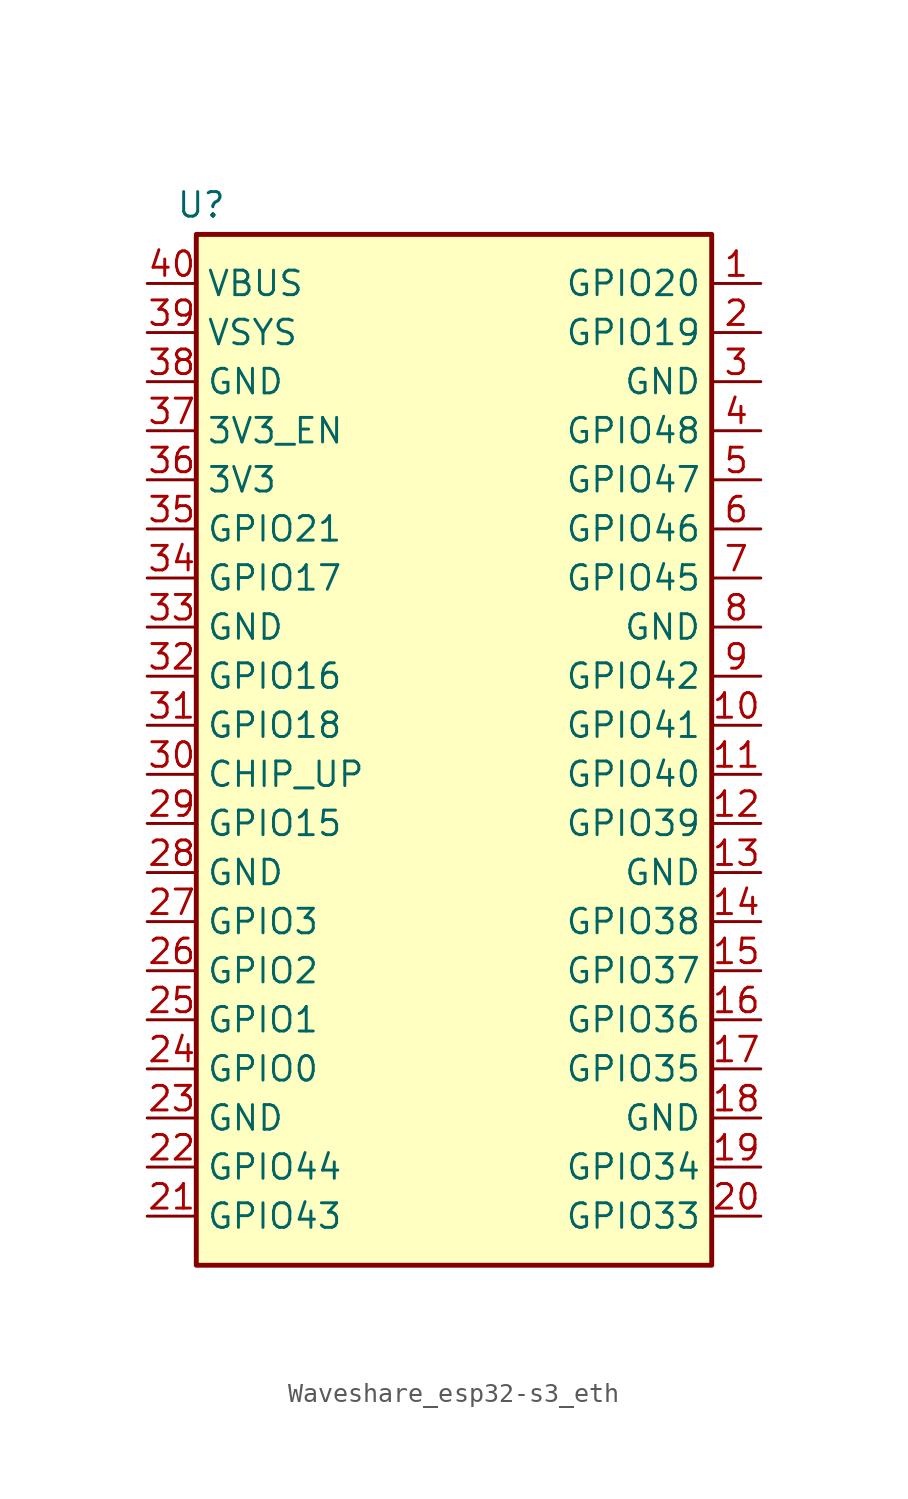
<source format=kicad_sym>
(kicad_symbol_lib
  (version 20231120)
  (generator "kicad_symbol_editor")
  (generator_version "8.0")
  (symbol "Waveshare_esp32-s3_eth"
    (property "Reference" "U"
      (at -12.446 1.524 0)
      (effects (font (size 1.27 1.27))))
    (property "Value" ""
      (at 0 0 0)
      (effects (font (size 1.27 1.27))))
    (symbol "Waveshare_esp32-s3_eth_0_1"
      (rectangle (start -12.7 0) (end 13.97 -53.34) (stroke (width 0.254) (type default)) (fill (type background))))
    (symbol "Waveshare_esp32-s3_eth_1_1"
      (pin bidirectional line (at 16.51 -2.54 180) (length 2.54) (name "GPIO20" (effects (font (size 1.27 1.27)))) (number "1" (effects (font (size 1.27 1.27)))))
      (pin bidirectional line (at 16.51 -25.4 180) (length 2.54) (name "GPIO41" (effects (font (size 1.27 1.27)))) (number "10" (effects (font (size 1.27 1.27)))))
      (pin bidirectional line (at 16.51 -27.94 180) (length 2.54) (name "GPIO40" (effects (font (size 1.27 1.27)))) (number "11" (effects (font (size 1.27 1.27)))))
      (pin bidirectional line (at 16.51 -30.48 180) (length 2.54) (name "GPIO39" (effects (font (size 1.27 1.27)))) (number "12" (effects (font (size 1.27 1.27)))))
      (pin power_out line (at 16.51 -33.02 180) (length 2.54) (name "GND" (effects (font (size 1.27 1.27)))) (number "13" (effects (font (size 1.27 1.27)))))
      (pin bidirectional line (at 16.51 -35.56 180) (length 2.54) (name "GPIO38" (effects (font (size 1.27 1.27)))) (number "14" (effects (font (size 1.27 1.27)))))
      (pin bidirectional line (at 16.51 -38.1 180) (length 2.54) (name "GPIO37" (effects (font (size 1.27 1.27)))) (number "15" (effects (font (size 1.27 1.27)))))
      (pin bidirectional line (at 16.51 -40.64 180) (length 2.54) (name "GPIO36" (effects (font (size 1.27 1.27)))) (number "16" (effects (font (size 1.27 1.27)))))
      (pin bidirectional line (at 16.51 -43.18 180) (length 2.54) (name "GPIO35" (effects (font (size 1.27 1.27)))) (number "17" (effects (font (size 1.27 1.27)))))
      (pin power_out line (at 16.51 -45.72 180) (length 2.54) (name "GND" (effects (font (size 1.27 1.27)))) (number "18" (effects (font (size 1.27 1.27)))))
      (pin bidirectional line (at 16.51 -48.26 180) (length 2.54) (name "GPIO34" (effects (font (size 1.27 1.27)))) (number "19" (effects (font (size 1.27 1.27)))))
      (pin bidirectional line (at 16.51 -5.08 180) (length 2.54) (name "GPIO19" (effects (font (size 1.27 1.27)))) (number "2" (effects (font (size 1.27 1.27)))))
      (pin bidirectional line (at 16.51 -50.8 180) (length 2.54) (name "GPIO33" (effects (font (size 1.27 1.27)))) (number "20" (effects (font (size 1.27 1.27)))))
      (pin bidirectional line (at -15.24 -50.8 0) (length 2.54) (name "GPIO43" (effects (font (size 1.27 1.27)))) (number "21" (effects (font (size 1.27 1.27)))))
      (pin bidirectional line (at -15.24 -48.26 0) (length 2.54) (name "GPIO44" (effects (font (size 1.27 1.27)))) (number "22" (effects (font (size 1.27 1.27)))))
      (pin power_out line (at -15.24 -45.72 0) (length 2.54) (name "GND" (effects (font (size 1.27 1.27)))) (number "23" (effects (font (size 1.27 1.27)))))
      (pin bidirectional line (at -15.24 -43.18 0) (length 2.54) (name "GPIO0" (effects (font (size 1.27 1.27)))) (number "24" (effects (font (size 1.27 1.27)))))
      (pin bidirectional line (at -15.24 -40.64 0) (length 2.54) (name "GPIO1" (effects (font (size 1.27 1.27)))) (number "25" (effects (font (size 1.27 1.27)))))
      (pin bidirectional line (at -15.24 -38.1 0) (length 2.54) (name "GPIO2" (effects (font (size 1.27 1.27)))) (number "26" (effects (font (size 1.27 1.27)))))
      (pin bidirectional line (at -15.24 -35.56 0) (length 2.54) (name "GPIO3" (effects (font (size 1.27 1.27)))) (number "27" (effects (font (size 1.27 1.27)))))
      (pin power_out line (at -15.24 -33.02 0) (length 2.54) (name "GND" (effects (font (size 1.27 1.27)))) (number "28" (effects (font (size 1.27 1.27)))))
      (pin bidirectional line (at -15.24 -30.48 0) (length 2.54) (name "GPIO15" (effects (font (size 1.27 1.27)))) (number "29" (effects (font (size 1.27 1.27)))))
      (pin power_out line (at 16.51 -7.62 180) (length 2.54) (name "GND" (effects (font (size 1.27 1.27)))) (number "3" (effects (font (size 1.27 1.27)))))
      (pin input line (at -15.24 -27.94 0) (length 2.54) (name "CHIP_UP" (effects (font (size 1.27 1.27)))) (number "30" (effects (font (size 1.27 1.27)))))
      (pin bidirectional line (at -15.24 -25.4 0) (length 2.54) (name "GPIO18" (effects (font (size 1.27 1.27)))) (number "31" (effects (font (size 1.27 1.27)))))
      (pin bidirectional line (at -15.24 -22.86 0) (length 2.54) (name "GPIO16" (effects (font (size 1.27 1.27)))) (number "32" (effects (font (size 1.27 1.27)))))
      (pin power_out line (at -15.24 -20.32 0) (length 2.54) (name "GND" (effects (font (size 1.27 1.27)))) (number "33" (effects (font (size 1.27 1.27)))))
      (pin bidirectional line (at -15.24 -17.78 0) (length 2.54) (name "GPIO17" (effects (font (size 1.27 1.27)))) (number "34" (effects (font (size 1.27 1.27)))))
      (pin bidirectional line (at -15.24 -15.24 0) (length 2.54) (name "GPIO21" (effects (font (size 1.27 1.27)))) (number "35" (effects (font (size 1.27 1.27)))))
      (pin power_out line (at -15.24 -12.7 0) (length 2.54) (name "3V3" (effects (font (size 1.27 1.27)))) (number "36" (effects (font (size 1.27 1.27)))))
      (pin input line (at -15.24 -10.16 0) (length 2.54) (name "3V3_EN" (effects (font (size 1.27 1.27)))) (number "37" (effects (font (size 1.27 1.27)))))
      (pin power_out line (at -15.24 -7.62 0) (length 2.54) (name "GND" (effects (font (size 1.27 1.27)))) (number "38" (effects (font (size 1.27 1.27)))))
      (pin power_out line (at -15.24 -5.08 0) (length 2.54) (name "VSYS" (effects (font (size 1.27 1.27)))) (number "39" (effects (font (size 1.27 1.27)))))
      (pin bidirectional line (at 16.51 -10.16 180) (length 2.54) (name "GPIO48" (effects (font (size 1.27 1.27)))) (number "4" (effects (font (size 1.27 1.27)))))
      (pin power_out line (at -15.24 -2.54 0) (length 2.54) (name "VBUS" (effects (font (size 1.27 1.27)))) (number "40" (effects (font (size 1.27 1.27)))))
      (pin bidirectional line (at 16.51 -12.7 180) (length 2.54) (name "GPIO47" (effects (font (size 1.27 1.27)))) (number "5" (effects (font (size 1.27 1.27)))))
      (pin bidirectional line (at 16.51 -15.24 180) (length 2.54) (name "GPIO46" (effects (font (size 1.27 1.27)))) (number "6" (effects (font (size 1.27 1.27)))))
      (pin bidirectional line (at 16.51 -17.78 180) (length 2.54) (name "GPIO45" (effects (font (size 1.27 1.27)))) (number "7" (effects (font (size 1.27 1.27)))))
      (pin power_out line (at 16.51 -20.32 180) (length 2.54) (name "GND" (effects (font (size 1.27 1.27)))) (number "8" (effects (font (size 1.27 1.27)))))
      (pin bidirectional line (at 16.51 -22.86 180) (length 2.54) (name "GPIO42" (effects (font (size 1.27 1.27)))) (number "9" (effects (font (size 1.27 1.27))))))))
</source>
